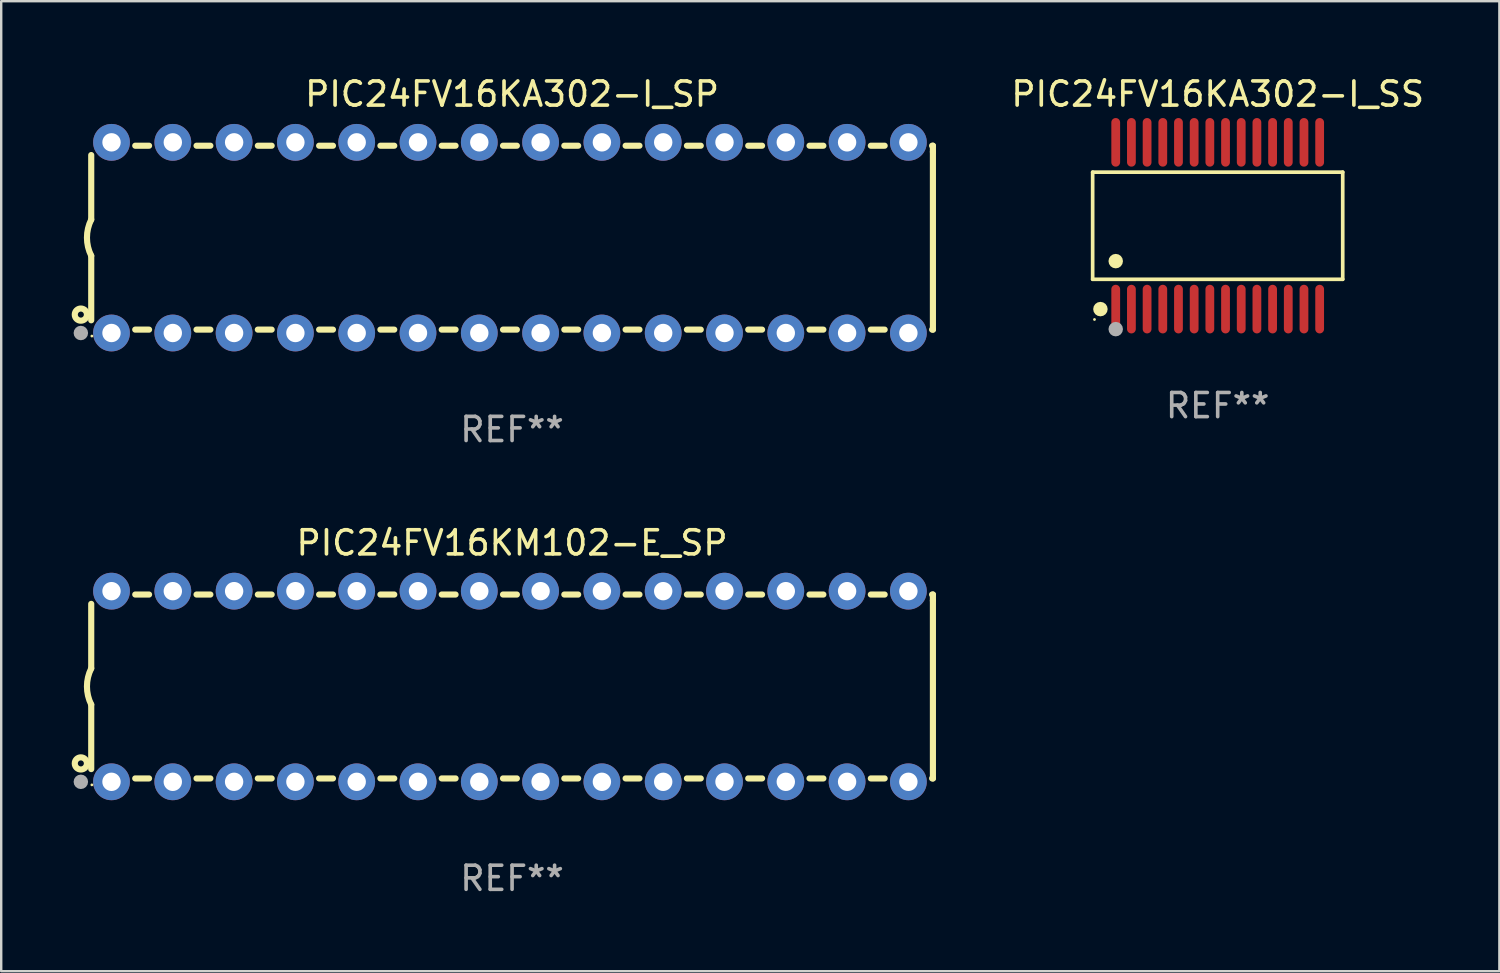
<source format=kicad_pcb>
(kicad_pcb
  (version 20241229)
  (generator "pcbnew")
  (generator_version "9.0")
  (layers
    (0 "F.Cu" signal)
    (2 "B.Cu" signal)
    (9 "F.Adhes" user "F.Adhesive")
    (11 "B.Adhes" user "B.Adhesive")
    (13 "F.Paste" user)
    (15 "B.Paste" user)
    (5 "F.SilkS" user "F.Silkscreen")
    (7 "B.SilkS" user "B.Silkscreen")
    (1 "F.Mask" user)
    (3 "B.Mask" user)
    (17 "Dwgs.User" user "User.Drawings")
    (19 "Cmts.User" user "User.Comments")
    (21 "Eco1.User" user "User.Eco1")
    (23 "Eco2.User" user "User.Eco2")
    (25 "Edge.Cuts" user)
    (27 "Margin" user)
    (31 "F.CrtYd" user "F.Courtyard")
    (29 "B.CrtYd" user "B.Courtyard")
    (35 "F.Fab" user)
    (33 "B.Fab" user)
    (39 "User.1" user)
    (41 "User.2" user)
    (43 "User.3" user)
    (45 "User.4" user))
  (footprint "PIC24FV16KA302-I_SS"
    (layer "F.Cu")
    (at 47.406 6.303)
    (property "Reference" "PIC24FV16KA302-I_SS" (at 0 -5.455 0) (layer "F.SilkS") (effects (font (size 1 1) (thickness 0.15))))
    (attr through_hole)
    (fp_line (start -5.181 -2.219) (end 5.181 -2.219) (stroke (width 0.152) (type solid)) (layer "F.SilkS"))
    (fp_line (start -5.181 2.219) (end -5.181 -2.219) (stroke (width 0.152) (type solid)) (layer "F.SilkS"))
    (fp_line (start 5.181 -2.219) (end 5.181 2.219) (stroke (width 0.152) (type solid)) (layer "F.SilkS"))
    (fp_line (start 5.181 2.219) (end -5.181 2.219) (stroke (width 0.152) (type solid)) (layer "F.SilkS"))
    (fp_circle (center -5.105 3.885) (end -5.075 3.885) (stroke (width 0.06) (type solid)) (fill no) (layer "F.SilkS"))
    (fp_circle (center -4.859 3.455) (end -4.709 3.455) (stroke (width 0.3) (type solid)) (fill no) (layer "F.SilkS"))
    (fp_circle (center -4.225 1.467) (end -4.075 1.467) (stroke (width 0.3) (type solid)) (fill no) (layer "F.SilkS"))
    (fp_circle (center -4.225 4.285) (end -4.075 4.285) (stroke (width 0.3) (type solid)) (fill no) (layer "F.Fab"))
    (fp_text user "REF**" (at 0 7.455 0) (layer "F.Fab") (effects (font (size 1 1) (thickness 0.15))))
    (pad "1" smd oval (at -4.225 3.455) (size 0.364 2.015) (layers "F.Cu" "F.Mask" "F.Paste"))
    (pad "2" smd oval (at -3.575 3.455) (size 0.364 2.015) (layers "F.Cu" "F.Mask" "F.Paste"))
    (pad "3" smd oval (at -2.925 3.455) (size 0.364 2.015) (layers "F.Cu" "F.Mask" "F.Paste"))
    (pad "4" smd oval (at -2.275 3.455) (size 0.364 2.015) (layers "F.Cu" "F.Mask" "F.Paste"))
    (pad "5" smd oval (at -1.625 3.455) (size 0.364 2.015) (layers "F.Cu" "F.Mask" "F.Paste"))
    (pad "6" smd oval (at -0.975 3.455) (size 0.364 2.015) (layers "F.Cu" "F.Mask" "F.Paste"))
    (pad "7" smd oval (at -0.325 3.455) (size 0.364 2.015) (layers "F.Cu" "F.Mask" "F.Paste"))
    (pad "8" smd oval (at 0.325 3.455) (size 0.364 2.015) (layers "F.Cu" "F.Mask" "F.Paste"))
    (pad "9" smd oval (at 0.975 3.455) (size 0.364 2.015) (layers "F.Cu" "F.Mask" "F.Paste"))
    (pad "10" smd oval (at 1.625 3.455) (size 0.364 2.015) (layers "F.Cu" "F.Mask" "F.Paste"))
    (pad "11" smd oval (at 2.275 3.455) (size 0.364 2.015) (layers "F.Cu" "F.Mask" "F.Paste"))
    (pad "12" smd oval (at 2.925 3.455) (size 0.364 2.015) (layers "F.Cu" "F.Mask" "F.Paste"))
    (pad "13" smd oval (at 3.575 3.455) (size 0.364 2.015) (layers "F.Cu" "F.Mask" "F.Paste"))
    (pad "14" smd oval (at 4.225 3.455) (size 0.364 2.015) (layers "F.Cu" "F.Mask" "F.Paste"))
    (pad "15" smd oval (at 4.225 -3.455) (size 0.364 2.015) (layers "F.Cu" "F.Mask" "F.Paste"))
    (pad "16" smd oval (at 3.575 -3.455) (size 0.364 2.015) (layers "F.Cu" "F.Mask" "F.Paste"))
    (pad "17" smd oval (at 2.925 -3.455) (size 0.364 2.015) (layers "F.Cu" "F.Mask" "F.Paste"))
    (pad "18" smd oval (at 2.275 -3.455) (size 0.364 2.015) (layers "F.Cu" "F.Mask" "F.Paste"))
    (pad "19" smd oval (at 1.625 -3.455) (size 0.364 2.015) (layers "F.Cu" "F.Mask" "F.Paste"))
    (pad "20" smd oval (at 0.975 -3.455) (size 0.364 2.015) (layers "F.Cu" "F.Mask" "F.Paste"))
    (pad "21" smd oval (at 0.325 -3.455) (size 0.364 2.015) (layers "F.Cu" "F.Mask" "F.Paste"))
    (pad "22" smd oval (at -0.325 -3.455) (size 0.364 2.015) (layers "F.Cu" "F.Mask" "F.Paste"))
    (pad "23" smd oval (at -0.975 -3.455) (size 0.364 2.015) (layers "F.Cu" "F.Mask" "F.Paste"))
    (pad "24" smd oval (at -1.625 -3.455) (size 0.364 2.015) (layers "F.Cu" "F.Mask" "F.Paste"))
    (pad "25" smd oval (at -2.275 -3.455) (size 0.364 2.015) (layers "F.Cu" "F.Mask" "F.Paste"))
    (pad "26" smd oval (at -2.925 -3.455) (size 0.364 2.015) (layers "F.Cu" "F.Mask" "F.Paste"))
    (pad "27" smd oval (at -3.575 -3.455) (size 0.364 2.015) (layers "F.Cu" "F.Mask" "F.Paste"))
    (pad "28" smd oval (at -4.225 -3.455) (size 0.364 2.015) (layers "F.Cu" "F.Mask" "F.Paste")))
  (footprint "PIC24FV16KA302-I_SP"
    (layer "F.Cu")
    (at 18.168 6.798)
    (property "Reference" "PIC24FV16KA302-I_SP" (at 0 -5.95 0) (layer "F.SilkS") (effects (font (size 1 1) (thickness 0.15))))
    (attr through_hole)
    (fp_line (start -17.438 0.75) (end -17.438 3.423) (stroke (width 0.254) (type solid)) (layer "F.SilkS"))
    (fp_line (start -17.438 -3.423) (end -17.438 -0.75) (stroke (width 0.254) (type solid)) (layer "F.SilkS"))
    (fp_line (start -15.615 3.81) (end -15.041 3.81) (stroke (width 0.254) (type solid)) (layer "F.SilkS"))
    (fp_line (start -15.041 -3.81) (end -15.614 -3.81) (stroke (width 0.254) (type solid)) (layer "F.SilkS"))
    (fp_line (start -13.075 3.81) (end -12.501 3.81) (stroke (width 0.254) (type solid)) (layer "F.SilkS"))
    (fp_line (start -12.501 -3.81) (end -13.074 -3.81) (stroke (width 0.254) (type solid)) (layer "F.SilkS"))
    (fp_line (start -10.535 3.81) (end -9.961 3.81) (stroke (width 0.254) (type solid)) (layer "F.SilkS"))
    (fp_line (start -9.961 -3.81) (end -10.534 -3.81) (stroke (width 0.254) (type solid)) (layer "F.SilkS"))
    (fp_line (start -7.995 3.81) (end -7.421 3.81) (stroke (width 0.254) (type solid)) (layer "F.SilkS"))
    (fp_line (start -7.421 -3.81) (end -7.995 -3.81) (stroke (width 0.254) (type solid)) (layer "F.SilkS"))
    (fp_line (start -5.455 3.81) (end -4.881 3.81) (stroke (width 0.254) (type solid)) (layer "F.SilkS"))
    (fp_line (start -4.881 -3.81) (end -5.455 -3.81) (stroke (width 0.254) (type solid)) (layer "F.SilkS"))
    (fp_line (start -2.915 3.81) (end -2.341 3.81) (stroke (width 0.254) (type solid)) (layer "F.SilkS"))
    (fp_line (start -2.341 -3.81) (end -2.915 -3.81) (stroke (width 0.254) (type solid)) (layer "F.SilkS"))
    (fp_line (start -0.375 3.81) (end 0.199 3.81) (stroke (width 0.254) (type solid)) (layer "F.SilkS"))
    (fp_line (start 0.199 -3.81) (end -0.375 -3.81) (stroke (width 0.254) (type solid)) (layer "F.SilkS"))
    (fp_line (start 2.165 3.81) (end 2.739 3.81) (stroke (width 0.254) (type solid)) (layer "F.SilkS"))
    (fp_line (start 2.739 -3.81) (end 2.165 -3.81) (stroke (width 0.254) (type solid)) (layer "F.SilkS"))
    (fp_line (start 4.705 3.81) (end 5.279 3.81) (stroke (width 0.254) (type solid)) (layer "F.SilkS"))
    (fp_line (start 5.279 -3.81) (end 4.705 -3.81) (stroke (width 0.254) (type solid)) (layer "F.SilkS"))
    (fp_line (start 7.245 3.81) (end 7.819 3.81) (stroke (width 0.254) (type solid)) (layer "F.SilkS"))
    (fp_line (start 7.819 -3.81) (end 7.245 -3.81) (stroke (width 0.254) (type solid)) (layer "F.SilkS"))
    (fp_line (start 9.785 3.81) (end 10.359 3.81) (stroke (width 0.254) (type solid)) (layer "F.SilkS"))
    (fp_line (start 10.359 -3.81) (end 9.785 -3.81) (stroke (width 0.254) (type solid)) (layer "F.SilkS"))
    (fp_line (start 12.325 3.81) (end 12.899 3.81) (stroke (width 0.254) (type solid)) (layer "F.SilkS"))
    (fp_line (start 12.899 -3.81) (end 12.325 -3.81) (stroke (width 0.254) (type solid)) (layer "F.SilkS"))
    (fp_line (start 14.865 3.81) (end 15.439 3.81) (stroke (width 0.254) (type solid)) (layer "F.SilkS"))
    (fp_line (start 15.439 -3.81) (end 14.865 -3.81) (stroke (width 0.254) (type solid)) (layer "F.SilkS"))
    (fp_line (start 17.405 3.81) (end 17.438 3.81) (stroke (width 0.254) (type solid)) (layer "F.SilkS"))
    (fp_line (start 17.438 -3.81) (end 17.405 -3.81) (stroke (width 0.254) (type solid)) (layer "F.SilkS"))
    (fp_line (start 17.438 -3.556) (end 17.438 -3.81) (stroke (width 0.254) (type solid)) (layer "F.SilkS"))
    (fp_line (start 17.438 3.81) (end 17.438 -3.556) (stroke (width 0.254) (type solid)) (layer "F.SilkS"))
    (fp_arc (start -17.437986 0.749657) (mid -17.614887 -0.000024) (end -17.437783 -0.749657) (stroke (width 0.254001) (type solid)) (layer "F.SilkS"))
    (fp_circle (center -17.868 3.188) (end -17.743 3.188) (stroke (width 0.254) (type solid)) (fill no) (layer "F.SilkS"))
    (fp_circle (center -17.411 4.077) (end -17.381 4.077) (stroke (width 0.06) (type solid)) (fill no) (layer "F.SilkS"))
    (fp_circle (center -17.868 3.95) (end -17.718 3.95) (stroke (width 0.3) (type solid)) (fill no) (layer "F.Fab"))
    (fp_text user "REF**" (at 0 7.95 0) (layer "F.Fab") (effects (font (size 1 1) (thickness 0.15))))
    (pad "1" thru_hole circle (at -16.598 3.95) (size 1.524 1.524) (drill 0.762) (layers "*.Cu" "*.Mask"))
    (pad "2" thru_hole circle (at -14.058 3.95) (size 1.524 1.524) (drill 0.762) (layers "*.Cu" "*.Mask"))
    (pad "3" thru_hole circle (at -11.518 3.95) (size 1.524 1.524) (drill 0.762) (layers "*.Cu" "*.Mask"))
    (pad "4" thru_hole circle (at -8.978 3.95) (size 1.524 1.524) (drill 0.762) (layers "*.Cu" "*.Mask"))
    (pad "5" thru_hole circle (at -6.438 3.95) (size 1.524 1.524) (drill 0.762) (layers "*.Cu" "*.Mask"))
    (pad "6" thru_hole circle (at -3.898 3.95) (size 1.524 1.524) (drill 0.762) (layers "*.Cu" "*.Mask"))
    (pad "7" thru_hole circle (at -1.358 3.95) (size 1.524 1.524) (drill 0.762) (layers "*.Cu" "*.Mask"))
    (pad "8" thru_hole circle (at 1.182 3.95) (size 1.524 1.524) (drill 0.762) (layers "*.Cu" "*.Mask"))
    (pad "9" thru_hole circle (at 3.722 3.95) (size 1.524 1.524) (drill 0.762) (layers "*.Cu" "*.Mask"))
    (pad "10" thru_hole circle (at 6.262 3.95) (size 1.524 1.524) (drill 0.762) (layers "*.Cu" "*.Mask"))
    (pad "11" thru_hole circle (at 8.802 3.95) (size 1.524 1.524) (drill 0.762) (layers "*.Cu" "*.Mask"))
    (pad "12" thru_hole circle (at 11.342 3.95) (size 1.524 1.524) (drill 0.762) (layers "*.Cu" "*.Mask"))
    (pad "13" thru_hole circle (at 13.882 3.95) (size 1.524 1.524) (drill 0.762) (layers "*.Cu" "*.Mask"))
    (pad "14" thru_hole circle (at 16.422 3.95) (size 1.524 1.524) (drill 0.762) (layers "*.Cu" "*.Mask"))
    (pad "15" thru_hole circle (at 16.422 -3.95) (size 1.524 1.524) (drill 0.762) (layers "*.Cu" "*.Mask"))
    (pad "16" thru_hole circle (at 13.882 -3.95) (size 1.524 1.524) (drill 0.762) (layers "*.Cu" "*.Mask"))
    (pad "17" thru_hole circle (at 11.342 -3.95) (size 1.524 1.524) (drill 0.762) (layers "*.Cu" "*.Mask"))
    (pad "18" thru_hole circle (at 8.802 -3.95) (size 1.524 1.524) (drill 0.762) (layers "*.Cu" "*.Mask"))
    (pad "19" thru_hole circle (at 6.262 -3.95) (size 1.524 1.524) (drill 0.762) (layers "*.Cu" "*.Mask"))
    (pad "20" thru_hole circle (at 3.722 -3.95) (size 1.524 1.524) (drill 0.762) (layers "*.Cu" "*.Mask"))
    (pad "21" thru_hole circle (at 1.182 -3.95) (size 1.524 1.524) (drill 0.762) (layers "*.Cu" "*.Mask"))
    (pad "22" thru_hole circle (at -1.358 -3.95) (size 1.524 1.524) (drill 0.762) (layers "*.Cu" "*.Mask"))
    (pad "23" thru_hole circle (at -3.898 -3.95) (size 1.524 1.524) (drill 0.762) (layers "*.Cu" "*.Mask"))
    (pad "24" thru_hole circle (at -6.438 -3.95) (size 1.524 1.524) (drill 0.762) (layers "*.Cu" "*.Mask"))
    (pad "25" thru_hole circle (at -8.978 -3.95) (size 1.524 1.524) (drill 0.762) (layers "*.Cu" "*.Mask"))
    (pad "26" thru_hole circle (at -11.517 -3.95) (size 1.524 1.524) (drill 0.762) (layers "*.Cu" "*.Mask"))
    (pad "27" thru_hole circle (at -14.057 -3.95) (size 1.524 1.524) (drill 0.762) (layers "*.Cu" "*.Mask"))
    (pad "28" thru_hole circle (at -16.597 -3.95) (size 1.524 1.524) (drill 0.762) (layers "*.Cu" "*.Mask")))
  (footprint "PIC24FV16KM102-E_SP"
    (layer "F.Cu")
    (at 18.168 25.395)
    (property "Reference" "PIC24FV16KM102-E_SP" (at 0 -5.95 0) (layer "F.SilkS") (effects (font (size 1 1) (thickness 0.15))))
    (attr through_hole)
    (fp_line (start -17.438 0.75) (end -17.438 3.423) (stroke (width 0.254) (type solid)) (layer "F.SilkS"))
    (fp_line (start -17.438 -3.423) (end -17.438 -0.75) (stroke (width 0.254) (type solid)) (layer "F.SilkS"))
    (fp_line (start -15.615 3.81) (end -15.041 3.81) (stroke (width 0.254) (type solid)) (layer "F.SilkS"))
    (fp_line (start -15.041 -3.81) (end -15.614 -3.81) (stroke (width 0.254) (type solid)) (layer "F.SilkS"))
    (fp_line (start -13.075 3.81) (end -12.501 3.81) (stroke (width 0.254) (type solid)) (layer "F.SilkS"))
    (fp_line (start -12.501 -3.81) (end -13.074 -3.81) (stroke (width 0.254) (type solid)) (layer "F.SilkS"))
    (fp_line (start -10.535 3.81) (end -9.961 3.81) (stroke (width 0.254) (type solid)) (layer "F.SilkS"))
    (fp_line (start -9.961 -3.81) (end -10.534 -3.81) (stroke (width 0.254) (type solid)) (layer "F.SilkS"))
    (fp_line (start -7.995 3.81) (end -7.421 3.81) (stroke (width 0.254) (type solid)) (layer "F.SilkS"))
    (fp_line (start -7.421 -3.81) (end -7.995 -3.81) (stroke (width 0.254) (type solid)) (layer "F.SilkS"))
    (fp_line (start -5.455 3.81) (end -4.881 3.81) (stroke (width 0.254) (type solid)) (layer "F.SilkS"))
    (fp_line (start -4.881 -3.81) (end -5.455 -3.81) (stroke (width 0.254) (type solid)) (layer "F.SilkS"))
    (fp_line (start -2.915 3.81) (end -2.341 3.81) (stroke (width 0.254) (type solid)) (layer "F.SilkS"))
    (fp_line (start -2.341 -3.81) (end -2.915 -3.81) (stroke (width 0.254) (type solid)) (layer "F.SilkS"))
    (fp_line (start -0.375 3.81) (end 0.199 3.81) (stroke (width 0.254) (type solid)) (layer "F.SilkS"))
    (fp_line (start 0.199 -3.81) (end -0.375 -3.81) (stroke (width 0.254) (type solid)) (layer "F.SilkS"))
    (fp_line (start 2.165 3.81) (end 2.739 3.81) (stroke (width 0.254) (type solid)) (layer "F.SilkS"))
    (fp_line (start 2.739 -3.81) (end 2.165 -3.81) (stroke (width 0.254) (type solid)) (layer "F.SilkS"))
    (fp_line (start 4.705 3.81) (end 5.279 3.81) (stroke (width 0.254) (type solid)) (layer "F.SilkS"))
    (fp_line (start 5.279 -3.81) (end 4.705 -3.81) (stroke (width 0.254) (type solid)) (layer "F.SilkS"))
    (fp_line (start 7.245 3.81) (end 7.819 3.81) (stroke (width 0.254) (type solid)) (layer "F.SilkS"))
    (fp_line (start 7.819 -3.81) (end 7.245 -3.81) (stroke (width 0.254) (type solid)) (layer "F.SilkS"))
    (fp_line (start 9.785 3.81) (end 10.359 3.81) (stroke (width 0.254) (type solid)) (layer "F.SilkS"))
    (fp_line (start 10.359 -3.81) (end 9.785 -3.81) (stroke (width 0.254) (type solid)) (layer "F.SilkS"))
    (fp_line (start 12.325 3.81) (end 12.899 3.81) (stroke (width 0.254) (type solid)) (layer "F.SilkS"))
    (fp_line (start 12.899 -3.81) (end 12.325 -3.81) (stroke (width 0.254) (type solid)) (layer "F.SilkS"))
    (fp_line (start 14.865 3.81) (end 15.439 3.81) (stroke (width 0.254) (type solid)) (layer "F.SilkS"))
    (fp_line (start 15.439 -3.81) (end 14.865 -3.81) (stroke (width 0.254) (type solid)) (layer "F.SilkS"))
    (fp_line (start 17.405 3.81) (end 17.438 3.81) (stroke (width 0.254) (type solid)) (layer "F.SilkS"))
    (fp_line (start 17.438 -3.81) (end 17.405 -3.81) (stroke (width 0.254) (type solid)) (layer "F.SilkS"))
    (fp_line (start 17.438 -3.556) (end 17.438 -3.81) (stroke (width 0.254) (type solid)) (layer "F.SilkS"))
    (fp_line (start 17.438 3.81) (end 17.438 -3.556) (stroke (width 0.254) (type solid)) (layer "F.SilkS"))
    (fp_arc (start -17.437986 0.749657) (mid -17.614887 -0.000024) (end -17.437783 -0.749657) (stroke (width 0.254001) (type solid)) (layer "F.SilkS"))
    (fp_circle (center -17.868 3.188) (end -17.743 3.188) (stroke (width 0.254) (type solid)) (fill no) (layer "F.SilkS"))
    (fp_circle (center -17.411 4.077) (end -17.381 4.077) (stroke (width 0.06) (type solid)) (fill no) (layer "F.SilkS"))
    (fp_circle (center -17.868 3.95) (end -17.718 3.95) (stroke (width 0.3) (type solid)) (fill no) (layer "F.Fab"))
    (fp_text user "REF**" (at 0 7.95 0) (layer "F.Fab") (effects (font (size 1 1) (thickness 0.15))))
    (pad "1" thru_hole circle (at -16.598 3.95) (size 1.524 1.524) (drill 0.762) (layers "*.Cu" "*.Mask"))
    (pad "2" thru_hole circle (at -14.058 3.95) (size 1.524 1.524) (drill 0.762) (layers "*.Cu" "*.Mask"))
    (pad "3" thru_hole circle (at -11.518 3.95) (size 1.524 1.524) (drill 0.762) (layers "*.Cu" "*.Mask"))
    (pad "4" thru_hole circle (at -8.978 3.95) (size 1.524 1.524) (drill 0.762) (layers "*.Cu" "*.Mask"))
    (pad "5" thru_hole circle (at -6.438 3.95) (size 1.524 1.524) (drill 0.762) (layers "*.Cu" "*.Mask"))
    (pad "6" thru_hole circle (at -3.898 3.95) (size 1.524 1.524) (drill 0.762) (layers "*.Cu" "*.Mask"))
    (pad "7" thru_hole circle (at -1.358 3.95) (size 1.524 1.524) (drill 0.762) (layers "*.Cu" "*.Mask"))
    (pad "8" thru_hole circle (at 1.182 3.95) (size 1.524 1.524) (drill 0.762) (layers "*.Cu" "*.Mask"))
    (pad "9" thru_hole circle (at 3.722 3.95) (size 1.524 1.524) (drill 0.762) (layers "*.Cu" "*.Mask"))
    (pad "10" thru_hole circle (at 6.262 3.95) (size 1.524 1.524) (drill 0.762) (layers "*.Cu" "*.Mask"))
    (pad "11" thru_hole circle (at 8.802 3.95) (size 1.524 1.524) (drill 0.762) (layers "*.Cu" "*.Mask"))
    (pad "12" thru_hole circle (at 11.342 3.95) (size 1.524 1.524) (drill 0.762) (layers "*.Cu" "*.Mask"))
    (pad "13" thru_hole circle (at 13.882 3.95) (size 1.524 1.524) (drill 0.762) (layers "*.Cu" "*.Mask"))
    (pad "14" thru_hole circle (at 16.422 3.95) (size 1.524 1.524) (drill 0.762) (layers "*.Cu" "*.Mask"))
    (pad "15" thru_hole circle (at 16.422 -3.95) (size 1.524 1.524) (drill 0.762) (layers "*.Cu" "*.Mask"))
    (pad "16" thru_hole circle (at 13.882 -3.95) (size 1.524 1.524) (drill 0.762) (layers "*.Cu" "*.Mask"))
    (pad "17" thru_hole circle (at 11.342 -3.95) (size 1.524 1.524) (drill 0.762) (layers "*.Cu" "*.Mask"))
    (pad "18" thru_hole circle (at 8.802 -3.95) (size 1.524 1.524) (drill 0.762) (layers "*.Cu" "*.Mask"))
    (pad "19" thru_hole circle (at 6.262 -3.95) (size 1.524 1.524) (drill 0.762) (layers "*.Cu" "*.Mask"))
    (pad "20" thru_hole circle (at 3.722 -3.95) (size 1.524 1.524) (drill 0.762) (layers "*.Cu" "*.Mask"))
    (pad "21" thru_hole circle (at 1.182 -3.95) (size 1.524 1.524) (drill 0.762) (layers "*.Cu" "*.Mask"))
    (pad "22" thru_hole circle (at -1.358 -3.95) (size 1.524 1.524) (drill 0.762) (layers "*.Cu" "*.Mask"))
    (pad "23" thru_hole circle (at -3.898 -3.95) (size 1.524 1.524) (drill 0.762) (layers "*.Cu" "*.Mask"))
    (pad "24" thru_hole circle (at -6.438 -3.95) (size 1.524 1.524) (drill 0.762) (layers "*.Cu" "*.Mask"))
    (pad "25" thru_hole circle (at -8.978 -3.95) (size 1.524 1.524) (drill 0.762) (layers "*.Cu" "*.Mask"))
    (pad "26" thru_hole circle (at -11.517 -3.95) (size 1.524 1.524) (drill 0.762) (layers "*.Cu" "*.Mask"))
    (pad "27" thru_hole circle (at -14.057 -3.95) (size 1.524 1.524) (drill 0.762) (layers "*.Cu" "*.Mask"))
    (pad "28" thru_hole circle (at -16.597 -3.95) (size 1.524 1.524) (drill 0.762) (layers "*.Cu" "*.Mask")))
  (gr_rect
    (start -3 -3)
    (end 59.078 37.193)
    (stroke (width 0.1) (type default))
    (fill no)
    (layer "Edge.Cuts")))
</source>
